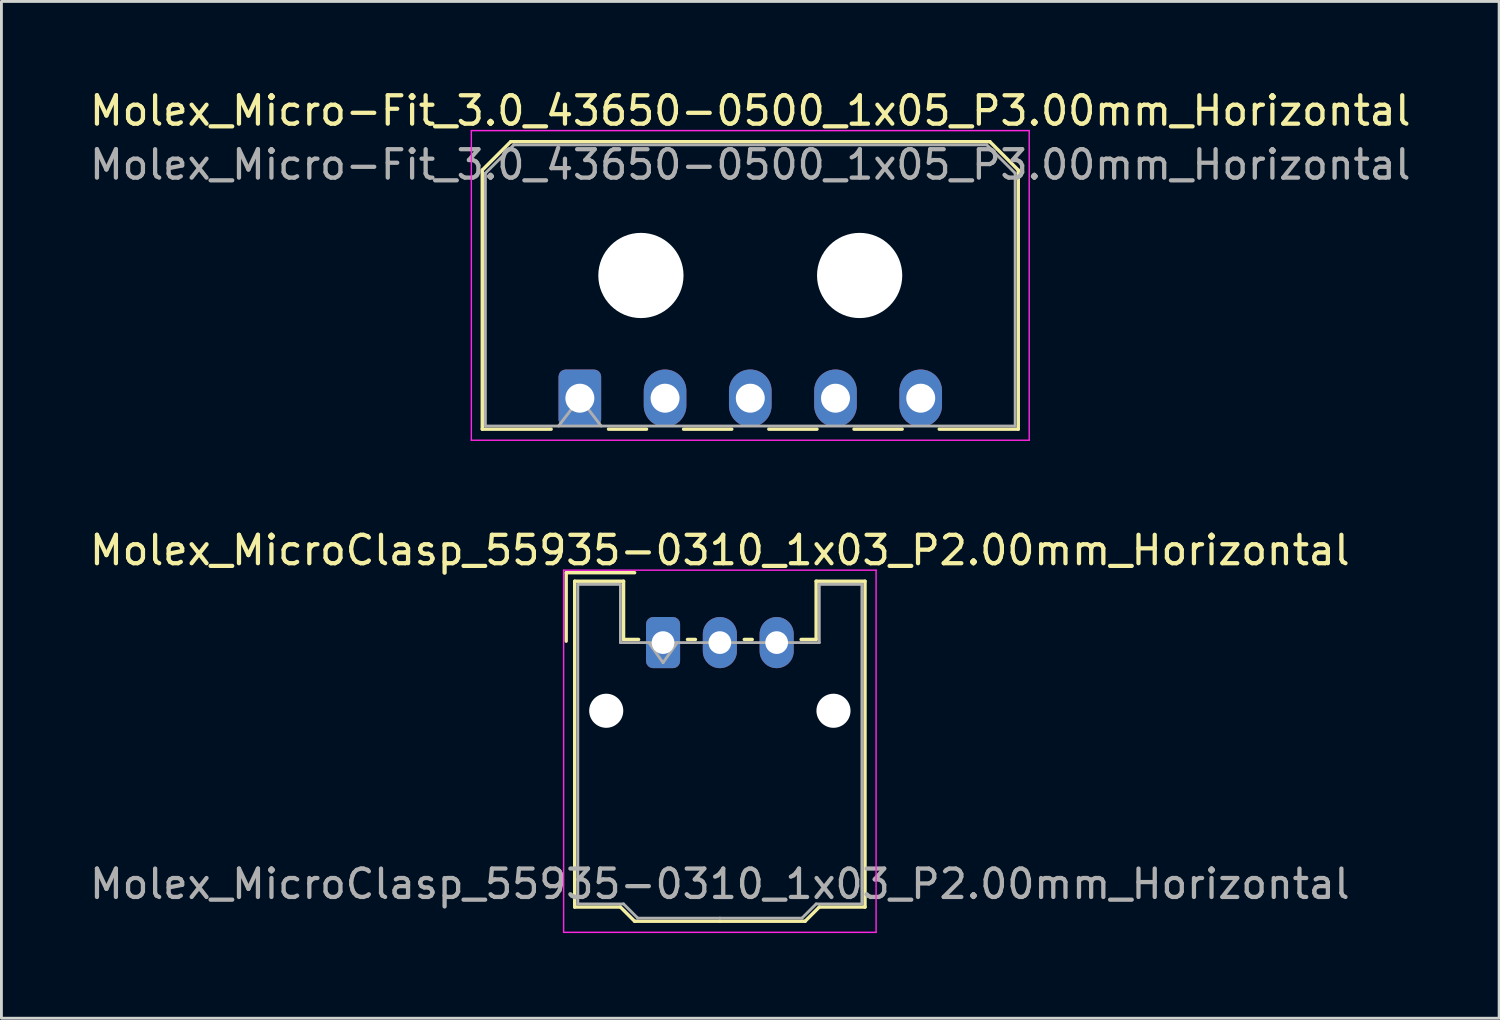
<source format=kicad_pcb>
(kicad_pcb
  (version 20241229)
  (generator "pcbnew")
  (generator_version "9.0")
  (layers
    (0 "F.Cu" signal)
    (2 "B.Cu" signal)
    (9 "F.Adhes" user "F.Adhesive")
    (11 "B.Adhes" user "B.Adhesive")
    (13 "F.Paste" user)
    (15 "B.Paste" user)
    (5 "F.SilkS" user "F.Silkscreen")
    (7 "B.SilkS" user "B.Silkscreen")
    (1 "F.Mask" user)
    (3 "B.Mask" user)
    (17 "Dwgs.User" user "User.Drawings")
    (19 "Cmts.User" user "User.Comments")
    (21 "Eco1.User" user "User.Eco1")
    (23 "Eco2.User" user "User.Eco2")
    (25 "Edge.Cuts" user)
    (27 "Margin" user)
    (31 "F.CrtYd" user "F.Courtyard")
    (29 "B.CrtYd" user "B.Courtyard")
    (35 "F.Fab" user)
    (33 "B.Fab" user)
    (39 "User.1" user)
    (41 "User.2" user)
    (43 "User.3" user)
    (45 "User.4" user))
  (footprint "Molex_MicroClasp_55935-0310_1x03_P2.00mm_Horizontal"
    (layer "F.Cu")
    (at 20.292 19.572)
    (property "Reference" "Molex_MicroClasp_55935-0310_1x03_P2.00mm_Horizontal" (at 2 -3.25 0) (layer "F.SilkS") (effects (font (size 1 1) (thickness 0.15))))
    (attr through_hole)
    (fp_line (start -3.41 -2.46) (end -1 -2.46) (stroke (width 0.12) (type solid)) (layer "F.SilkS"))
    (fp_line (start -3.41 -0.05) (end -3.41 -2.46) (stroke (width 0.12) (type solid)) (layer "F.SilkS"))
    (fp_line (start -3.11 -2.16) (end -1.39 -2.16) (stroke (width 0.12) (type solid)) (layer "F.SilkS"))
    (fp_line (start -3.11 9.31) (end -3.11 -2.16) (stroke (width 0.12) (type solid)) (layer "F.SilkS"))
    (fp_line (start -1.5 9.31) (end -3.11 9.31) (stroke (width 0.12) (type solid)) (layer "F.SilkS"))
    (fp_line (start -1.39 -2.16) (end -1.39 -0.11) (stroke (width 0.12) (type solid)) (layer "F.SilkS"))
    (fp_line (start -1.39 -0.11) (end -0.86 -0.11) (stroke (width 0.12) (type solid)) (layer "F.SilkS"))
    (fp_line (start -1 9.81) (end -1.5 9.31) (stroke (width 0.12) (type solid)) (layer "F.SilkS"))
    (fp_line (start 0.86 -0.11) (end 1.14 -0.11) (stroke (width 0.12) (type solid)) (layer "F.SilkS"))
    (fp_line (start 2 9.81) (end -1 9.81) (stroke (width 0.12) (type solid)) (layer "F.SilkS"))
    (fp_line (start 2 9.81) (end 5 9.81) (stroke (width 0.12) (type solid)) (layer "F.SilkS"))
    (fp_line (start 2.86 -0.11) (end 3.14 -0.11) (stroke (width 0.12) (type solid)) (layer "F.SilkS"))
    (fp_line (start 5 9.81) (end 5.5 9.31) (stroke (width 0.12) (type solid)) (layer "F.SilkS"))
    (fp_line (start 5.39 -2.16) (end 5.39 -0.11) (stroke (width 0.12) (type solid)) (layer "F.SilkS"))
    (fp_line (start 5.39 -0.11) (end 4.86 -0.11) (stroke (width 0.12) (type solid)) (layer "F.SilkS"))
    (fp_line (start 5.5 9.31) (end 7.11 9.31) (stroke (width 0.12) (type solid)) (layer "F.SilkS"))
    (fp_line (start 7.11 -2.16) (end 5.39 -2.16) (stroke (width 0.12) (type solid)) (layer "F.SilkS"))
    (fp_line (start 7.11 9.31) (end 7.11 -2.16) (stroke (width 0.12) (type solid)) (layer "F.SilkS"))
    (fp_line (start -3.5 -2.55) (end -3.5 10.2) (stroke (width 0.05) (type solid)) (layer "F.CrtYd"))
    (fp_line (start -3.5 10.2) (end 7.5 10.2) (stroke (width 0.05) (type solid)) (layer "F.CrtYd"))
    (fp_line (start 7.5 -2.55) (end -3.5 -2.55) (stroke (width 0.05) (type solid)) (layer "F.CrtYd"))
    (fp_line (start 7.5 10.2) (end 7.5 -2.55) (stroke (width 0.05) (type solid)) (layer "F.CrtYd"))
    (fp_line (start -3 -2.05) (end -1.5 -2.05) (stroke (width 0.1) (type solid)) (layer "F.Fab"))
    (fp_line (start -3 9.2) (end -3 -2.05) (stroke (width 0.1) (type solid)) (layer "F.Fab"))
    (fp_line (start -1.5 -2.05) (end -1.5 0) (stroke (width 0.1) (type solid)) (layer "F.Fab"))
    (fp_line (start -1.5 0) (end 2 0) (stroke (width 0.1) (type solid)) (layer "F.Fab"))
    (fp_line (start -1.39 9.2) (end -3 9.2) (stroke (width 0.1) (type solid)) (layer "F.Fab"))
    (fp_line (start -0.89 9.7) (end -1.39 9.2) (stroke (width 0.1) (type solid)) (layer "F.Fab"))
    (fp_line (start -0.5 0) (end 0 0.707) (stroke (width 0.1) (type solid)) (layer "F.Fab"))
    (fp_line (start 0 0.707) (end 0.5 0) (stroke (width 0.1) (type solid)) (layer "F.Fab"))
    (fp_line (start 2 9.7) (end -0.89 9.7) (stroke (width 0.1) (type solid)) (layer "F.Fab"))
    (fp_line (start 2 9.7) (end 4.89 9.7) (stroke (width 0.1) (type solid)) (layer "F.Fab"))
    (fp_line (start 4.89 9.7) (end 5.39 9.2) (stroke (width 0.1) (type solid)) (layer "F.Fab"))
    (fp_line (start 5.39 9.2) (end 7 9.2) (stroke (width 0.1) (type solid)) (layer "F.Fab"))
    (fp_line (start 5.5 -2.05) (end 5.5 0) (stroke (width 0.1) (type solid)) (layer "F.Fab"))
    (fp_line (start 5.5 0) (end 2 0) (stroke (width 0.1) (type solid)) (layer "F.Fab"))
    (fp_line (start 7 -2.05) (end 5.5 -2.05) (stroke (width 0.1) (type solid)) (layer "F.Fab"))
    (fp_line (start 7 9.2) (end 7 -2.05) (stroke (width 0.1) (type solid)) (layer "F.Fab"))
    (fp_text user "${REFERENCE}" (at 2 8.5 0) (layer "F.Fab") (effects (font (size 1 1) (thickness 0.15))))
    (pad "" np_thru_hole circle (at -2 2.4) (size 1.2 1.2) (drill 1.2) (layers "*.Cu" "*.Mask"))
    (pad "" np_thru_hole circle (at 6 2.4) (size 1.2 1.2) (drill 1.2) (layers "*.Cu" "*.Mask"))
    (pad "1" thru_hole roundrect (at 0 0) (size 1.2 1.8) (drill 0.8) (layers "*.Cu" "*.Mask") (roundrect_rratio 0.208))
    (pad "2" thru_hole oval (at 2 0) (size 1.2 1.8) (drill 0.8) (layers "*.Cu" "*.Mask"))
    (pad "3" thru_hole oval (at 4 0) (size 1.2 1.8) (drill 0.8) (layers "*.Cu" "*.Mask")))
  (footprint "Molex_Micro-Fit_3.0_43650-0500_1x05_P3.00mm_Horizontal"
    (layer "F.Cu")
    (at 17.363 10.968)
    (property "Reference" "Molex_Micro-Fit_3.0_43650-0500_1x05_P3.00mm_Horizontal" (at 6 -10.12 0) (layer "F.SilkS") (effects (font (size 1 1) (thickness 0.15))))
    (attr through_hole)
    (fp_line (start -3.435 -8.03) (end -2.435 -9.03) (stroke (width 0.12) (type solid)) (layer "F.SilkS"))
    (fp_line (start -3.435 1.09) (end -3.435 -8.03) (stroke (width 0.12) (type solid)) (layer "F.SilkS"))
    (fp_line (start -3.435 1.09) (end -1.01 1.09) (stroke (width 0.12) (type solid)) (layer "F.SilkS"))
    (fp_line (start -2.435 -9.03) (end 14.435 -9.03) (stroke (width 0.12) (type solid)) (layer "F.SilkS"))
    (fp_line (start 1.01 1.09) (end 2.348 1.09) (stroke (width 0.12) (type solid)) (layer "F.SilkS"))
    (fp_line (start 3.652 1.09) (end 5.348 1.09) (stroke (width 0.12) (type solid)) (layer "F.SilkS"))
    (fp_line (start 6.652 1.09) (end 8.348 1.09) (stroke (width 0.12) (type solid)) (layer "F.SilkS"))
    (fp_line (start 9.652 1.09) (end 11.348 1.09) (stroke (width 0.12) (type solid)) (layer "F.SilkS"))
    (fp_line (start 14.435 -9.03) (end 15.435 -8.03) (stroke (width 0.12) (type solid)) (layer "F.SilkS"))
    (fp_line (start 15.435 -8.03) (end 15.435 1.09) (stroke (width 0.12) (type solid)) (layer "F.SilkS"))
    (fp_line (start 15.435 1.09) (end 12.652 1.09) (stroke (width 0.12) (type solid)) (layer "F.SilkS"))
    (fp_line (start -3.82 -9.42) (end 15.82 -9.42) (stroke (width 0.05) (type solid)) (layer "F.CrtYd"))
    (fp_line (start -3.82 1.48) (end -3.82 -9.42) (stroke (width 0.05) (type solid)) (layer "F.CrtYd"))
    (fp_line (start 15.82 -9.42) (end 15.82 1.48) (stroke (width 0.05) (type solid)) (layer "F.CrtYd"))
    (fp_line (start 15.82 1.48) (end -3.82 1.48) (stroke (width 0.05) (type solid)) (layer "F.CrtYd"))
    (fp_line (start -3.325 -7.92) (end -2.325 -8.92) (stroke (width 0.1) (type solid)) (layer "F.Fab"))
    (fp_line (start -3.325 0.98) (end -3.325 -7.92) (stroke (width 0.1) (type solid)) (layer "F.Fab"))
    (fp_line (start -2.325 -8.92) (end 14.325 -8.92) (stroke (width 0.1) (type solid)) (layer "F.Fab"))
    (fp_line (start -0.75 0.98) (end 0 0) (stroke (width 0.1) (type solid)) (layer "F.Fab"))
    (fp_line (start 0 0) (end 0.75 0.98) (stroke (width 0.1) (type solid)) (layer "F.Fab"))
    (fp_line (start 14.325 -8.92) (end 15.325 -7.92) (stroke (width 0.1) (type solid)) (layer "F.Fab"))
    (fp_line (start 15.325 -7.92) (end 15.325 0.98) (stroke (width 0.1) (type solid)) (layer "F.Fab"))
    (fp_line (start 15.325 0.98) (end -3.325 0.98) (stroke (width 0.1) (type solid)) (layer "F.Fab"))
    (fp_text user "${REFERENCE}" (at 6 -8.22 0) (layer "F.Fab") (effects (font (size 1 1) (thickness 0.15))))
    (pad "" np_thru_hole circle (at 2.15 -4.32) (size 3 3) (drill 3) (layers "*.Cu" "*.Mask"))
    (pad "" np_thru_hole circle (at 9.85 -4.32) (size 3 3) (drill 3) (layers "*.Cu" "*.Mask"))
    (pad "1" thru_hole roundrect (at 0 0) (size 1.5 2.02) (drill 1.02) (layers "*.Cu" "*.Mask") (roundrect_rratio 0.167))
    (pad "2" thru_hole oval (at 3 0) (size 1.5 2.02) (drill 1.02) (layers "*.Cu" "*.Mask"))
    (pad "3" thru_hole oval (at 6 0) (size 1.5 2.02) (drill 1.02) (layers "*.Cu" "*.Mask"))
    (pad "4" thru_hole oval (at 9 0) (size 1.5 2.02) (drill 1.02) (layers "*.Cu" "*.Mask"))
    (pad "5" thru_hole oval (at 12 0) (size 1.5 2.02) (drill 1.02) (layers "*.Cu" "*.Mask")))
  (gr_rect
    (start -3 -3)
    (end 49.726 32.797)
    (stroke (width 0.1) (type default))
    (fill no)
    (layer "Edge.Cuts")))
</source>
